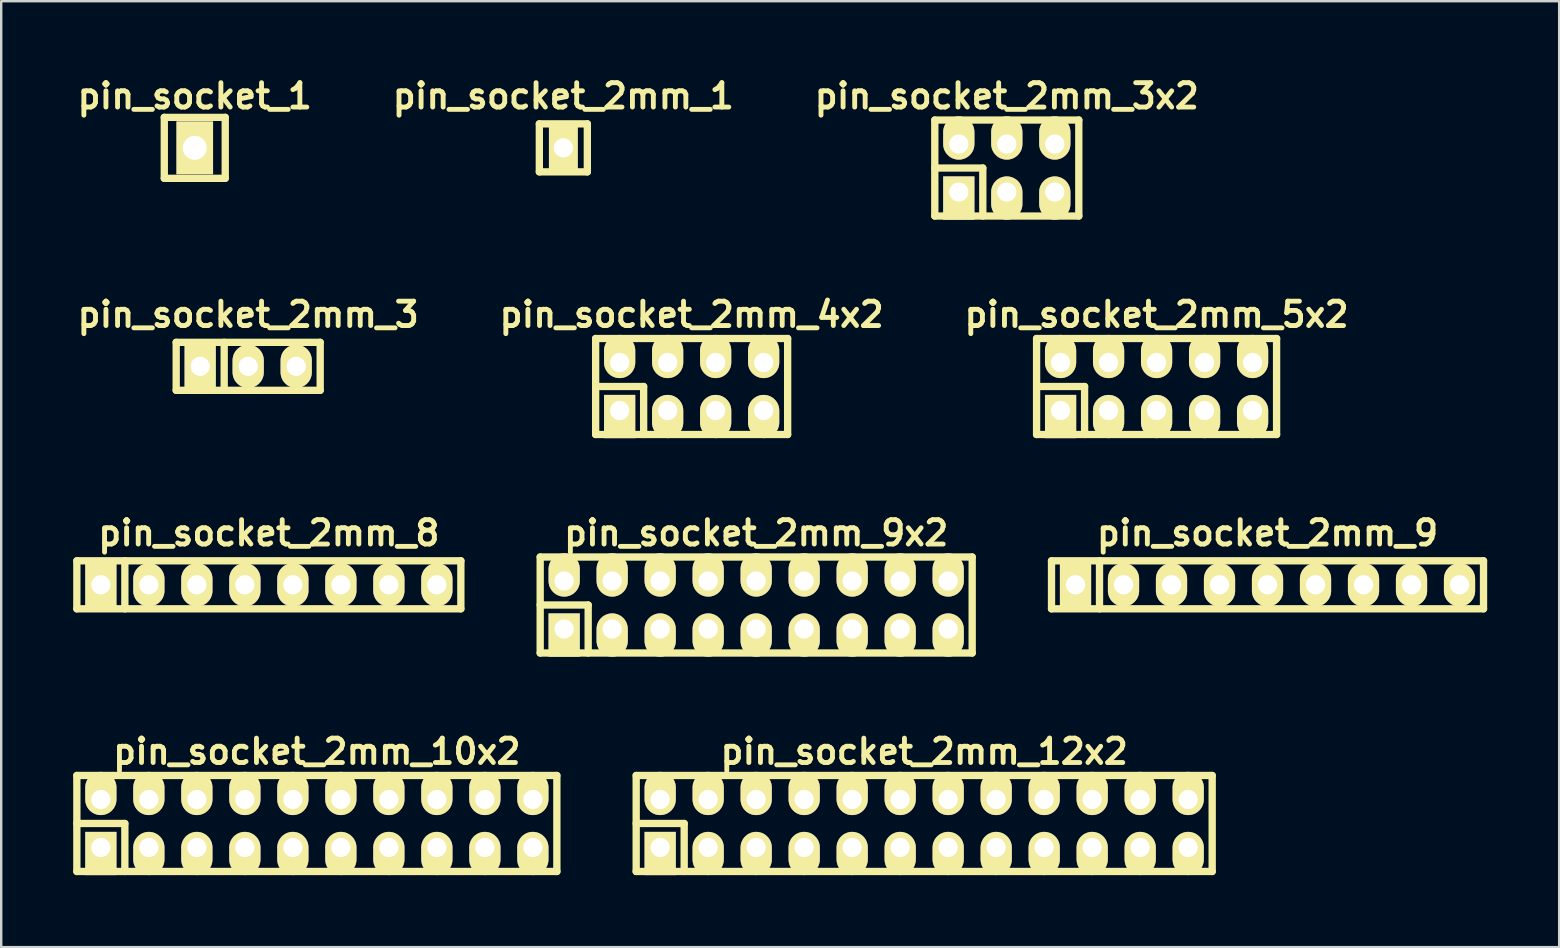
<source format=kicad_pcb>
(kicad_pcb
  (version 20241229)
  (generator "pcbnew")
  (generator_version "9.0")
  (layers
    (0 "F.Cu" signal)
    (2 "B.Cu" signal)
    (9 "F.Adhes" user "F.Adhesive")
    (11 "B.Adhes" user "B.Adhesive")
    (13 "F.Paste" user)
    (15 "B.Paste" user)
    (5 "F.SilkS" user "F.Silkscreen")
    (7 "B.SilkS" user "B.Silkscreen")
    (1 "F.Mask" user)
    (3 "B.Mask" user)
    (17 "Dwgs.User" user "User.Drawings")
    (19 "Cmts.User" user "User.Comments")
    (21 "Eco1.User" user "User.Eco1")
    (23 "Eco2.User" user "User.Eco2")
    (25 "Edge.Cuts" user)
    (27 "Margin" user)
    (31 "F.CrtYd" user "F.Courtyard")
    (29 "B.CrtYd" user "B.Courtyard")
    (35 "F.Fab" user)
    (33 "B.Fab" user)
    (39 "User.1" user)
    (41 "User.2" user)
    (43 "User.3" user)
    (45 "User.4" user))
  (footprint "pin_socket_2mm_3"
    (layer "F.Cu")
    (at 7.291 12.213)
    (property "Reference" "pin_socket_2mm_3" (at 0 -2.159 0) (layer "F.SilkS") (effects (font (size 1.016 1.016) (thickness 0.203))))
    (attr through_hole)
    (fp_line (start -3 -1) (end 3 -1) (stroke (width 0.305) (type solid)) (layer "F.SilkS"))
    (fp_line (start -3 1) (end -3 -1) (stroke (width 0.305) (type solid)) (layer "F.SilkS"))
    (fp_line (start -1 -1) (end -1 1) (stroke (width 0.305) (type solid)) (layer "F.SilkS"))
    (fp_line (start 3 -1) (end 3 1) (stroke (width 0.305) (type solid)) (layer "F.SilkS"))
    (fp_line (start 3 1) (end -3 1) (stroke (width 0.305) (type solid)) (layer "F.SilkS"))
    (pad "1" thru_hole rect (at -2 0) (size 1.3 1.8) (drill 0.8) (layers "*.Cu" "*.Mask" "F.SilkS"))
    (pad "2" thru_hole oval (at 0 0) (size 1.3 1.8) (drill 0.8) (layers "*.Cu" "*.Mask" "F.SilkS"))
    (pad "3" thru_hole oval (at 2 0) (size 1.3 1.8) (drill 0.8) (layers "*.Cu" "*.Mask" "F.SilkS")))
  (footprint "pin_socket_2mm_8"
    (layer "F.Cu")
    (at 8.152 21.317)
    (property "Reference" "pin_socket_2mm_8" (at 0 -2.159 0) (layer "F.SilkS") (effects (font (size 1.016 1.016) (thickness 0.203))))
    (attr through_hole)
    (fp_line (start -8 -1) (end 8 -1) (stroke (width 0.305) (type solid)) (layer "F.SilkS"))
    (fp_line (start -8 1) (end -8 -1) (stroke (width 0.305) (type solid)) (layer "F.SilkS"))
    (fp_line (start -6 -1) (end -6 1) (stroke (width 0.305) (type solid)) (layer "F.SilkS"))
    (fp_line (start 8 -1) (end 8 1) (stroke (width 0.305) (type solid)) (layer "F.SilkS"))
    (fp_line (start 8 1) (end -8 1) (stroke (width 0.305) (type solid)) (layer "F.SilkS"))
    (pad "1" thru_hole rect (at -7 0) (size 1.3 1.8) (drill 0.8) (layers "*.Cu" "*.Mask" "F.SilkS"))
    (pad "2" thru_hole oval (at -5 0) (size 1.3 1.8) (drill 0.8) (layers "*.Cu" "*.Mask" "F.SilkS"))
    (pad "3" thru_hole oval (at -3 0) (size 1.3 1.8) (drill 0.8) (layers "*.Cu" "*.Mask" "F.SilkS"))
    (pad "4" thru_hole oval (at -1 0) (size 1.3 1.8) (drill 0.8) (layers "*.Cu" "*.Mask" "F.SilkS"))
    (pad "5" thru_hole oval (at 1 0) (size 1.3 1.8) (drill 0.8) (layers "*.Cu" "*.Mask" "F.SilkS"))
    (pad "6" thru_hole oval (at 3 0) (size 1.3 1.8) (drill 0.8) (layers "*.Cu" "*.Mask" "F.SilkS"))
    (pad "7" thru_hole oval (at 5 0) (size 1.3 1.8) (drill 0.8) (layers "*.Cu" "*.Mask" "F.SilkS"))
    (pad "8" thru_hole oval (at 7 0) (size 1.3 1.8) (drill 0.8) (layers "*.Cu" "*.Mask" "F.SilkS")))
  (footprint "pin_socket_2mm_3x2"
    (layer "F.Cu")
    (at 38.899 3.951)
    (property "Reference" "pin_socket_2mm_3x2" (at 0 -3 0) (layer "F.SilkS") (effects (font (size 1.016 1.016) (thickness 0.203))))
    (attr through_hole)
    (fp_line (start -3 -2) (end 3 -2) (stroke (width 0.305) (type solid)) (layer "F.SilkS"))
    (fp_line (start -3 0) (end -1 0) (stroke (width 0.305) (type solid)) (layer "F.SilkS"))
    (fp_line (start -3 2) (end -3 -2) (stroke (width 0.305) (type solid)) (layer "F.SilkS"))
    (fp_line (start -1 0) (end -1 2) (stroke (width 0.305) (type solid)) (layer "F.SilkS"))
    (fp_line (start 3 -2) (end 3 2) (stroke (width 0.305) (type solid)) (layer "F.SilkS"))
    (fp_line (start 3 2) (end -3 2) (stroke (width 0.305) (type solid)) (layer "F.SilkS"))
    (pad "1" thru_hole rect (at -2 1) (size 1.3 1.8) (drill 0.8 (offset 0 0.25)) (layers "*.Cu" "*.Mask" "F.SilkS"))
    (pad "2" thru_hole oval (at -2 -1) (size 1.3 1.8) (drill 0.8 (offset 0 -0.25)) (layers "*.Cu" "*.Mask" "F.SilkS"))
    (pad "3" thru_hole oval (at 0 1) (size 1.3 1.8) (drill 0.8 (offset 0 0.25)) (layers "*.Cu" "*.Mask" "F.SilkS"))
    (pad "4" thru_hole oval (at 0 -1) (size 1.3 1.8) (drill 0.8 (offset 0 -0.25)) (layers "*.Cu" "*.Mask" "F.SilkS"))
    (pad "5" thru_hole oval (at 2 1) (size 1.3 1.8) (drill 0.8 (offset 0 0.25)) (layers "*.Cu" "*.Mask" "F.SilkS"))
    (pad "6" thru_hole oval (at 2 -1) (size 1.3 1.8) (drill 0.8 (offset 0 -0.25)) (layers "*.Cu" "*.Mask" "F.SilkS")))
  (footprint "pin_socket_2mm_9x2"
    (layer "F.Cu")
    (at 28.457 22.158)
    (property "Reference" "pin_socket_2mm_9x2" (at 0 -3 0) (layer "F.SilkS") (effects (font (size 1.016 1.016) (thickness 0.203))))
    (attr through_hole)
    (fp_line (start -9 -2) (end 9 -2) (stroke (width 0.305) (type solid)) (layer "F.SilkS"))
    (fp_line (start -9 0) (end -7 0) (stroke (width 0.305) (type solid)) (layer "F.SilkS"))
    (fp_line (start -9 2) (end -9 -2) (stroke (width 0.305) (type solid)) (layer "F.SilkS"))
    (fp_line (start -7 0) (end -7 2) (stroke (width 0.305) (type solid)) (layer "F.SilkS"))
    (fp_line (start 9 -2) (end 9 2) (stroke (width 0.305) (type solid)) (layer "F.SilkS"))
    (fp_line (start 9 2) (end -9 2) (stroke (width 0.305) (type solid)) (layer "F.SilkS"))
    (pad "1" thru_hole rect (at -8 1) (size 1.3 1.8) (drill 0.8 (offset 0 0.25)) (layers "*.Cu" "*.Mask" "F.SilkS"))
    (pad "2" thru_hole oval (at -8 -1) (size 1.3 1.8) (drill 0.8 (offset 0 -0.25)) (layers "*.Cu" "*.Mask" "F.SilkS"))
    (pad "3" thru_hole oval (at -6 1) (size 1.3 1.8) (drill 0.8 (offset 0 0.25)) (layers "*.Cu" "*.Mask" "F.SilkS"))
    (pad "4" thru_hole oval (at -6 -1) (size 1.3 1.8) (drill 0.8 (offset 0 -0.25)) (layers "*.Cu" "*.Mask" "F.SilkS"))
    (pad "5" thru_hole oval (at -4 1) (size 1.3 1.8) (drill 0.8 (offset 0 0.25)) (layers "*.Cu" "*.Mask" "F.SilkS"))
    (pad "6" thru_hole oval (at -4 -1) (size 1.3 1.8) (drill 0.8 (offset 0 -0.25)) (layers "*.Cu" "*.Mask" "F.SilkS"))
    (pad "7" thru_hole oval (at -2 1) (size 1.3 1.8) (drill 0.8 (offset 0 0.25)) (layers "*.Cu" "*.Mask" "F.SilkS"))
    (pad "8" thru_hole oval (at -2 -1) (size 1.3 1.8) (drill 0.8 (offset 0 -0.25)) (layers "*.Cu" "*.Mask" "F.SilkS"))
    (pad "9" thru_hole oval (at 0 1) (size 1.3 1.8) (drill 0.8 (offset 0 0.25)) (layers "*.Cu" "*.Mask" "F.SilkS"))
    (pad "10" thru_hole oval (at 0 -1) (size 1.3 1.8) (drill 0.8 (offset 0 -0.25)) (layers "*.Cu" "*.Mask" "F.SilkS"))
    (pad "11" thru_hole oval (at 2 1) (size 1.3 1.8) (drill 0.8 (offset 0 0.25)) (layers "*.Cu" "*.Mask" "F.SilkS"))
    (pad "12" thru_hole oval (at 2 -1) (size 1.3 1.8) (drill 0.8 (offset 0 -0.25)) (layers "*.Cu" "*.Mask" "F.SilkS"))
    (pad "13" thru_hole oval (at 4 1) (size 1.3 1.8) (drill 0.8 (offset 0 0.25)) (layers "*.Cu" "*.Mask" "F.SilkS"))
    (pad "14" thru_hole oval (at 4 -1) (size 1.3 1.8) (drill 0.8 (offset 0 -0.25)) (layers "*.Cu" "*.Mask" "F.SilkS"))
    (pad "15" thru_hole oval (at 6 1) (size 1.3 1.8) (drill 0.8 (offset 0 0.25)) (layers "*.Cu" "*.Mask" "F.SilkS"))
    (pad "16" thru_hole oval (at 6 -1) (size 1.3 1.8) (drill 0.8 (offset 0 -0.25)) (layers "*.Cu" "*.Mask" "F.SilkS"))
    (pad "17" thru_hole oval (at 8 1) (size 1.3 1.8) (drill 0.8 (offset 0 0.25)) (layers "*.Cu" "*.Mask" "F.SilkS"))
    (pad "18" thru_hole oval (at 8 -1) (size 1.3 1.8) (drill 0.8 (offset 0 -0.25)) (layers "*.Cu" "*.Mask" "F.SilkS")))
  (footprint "pin_socket_1"
    (layer "F.Cu")
    (at 5.065 3.11)
    (property "Reference" "pin_socket_1" (at 0 -2.159 0) (layer "F.SilkS") (effects (font (size 1.016 1.016) (thickness 0.203))))
    (attr through_hole)
    (fp_line (start -1.27 -1.27) (end 1.27 -1.27) (stroke (width 0.305) (type solid)) (layer "F.SilkS"))
    (fp_line (start -1.27 1.27) (end -1.27 -1.27) (stroke (width 0.305) (type solid)) (layer "F.SilkS"))
    (fp_line (start 1.27 -1.27) (end 1.27 1.27) (stroke (width 0.305) (type solid)) (layer "F.SilkS"))
    (fp_line (start 1.27 1.27) (end -1.27 1.27) (stroke (width 0.305) (type solid)) (layer "F.SilkS"))
    (pad "1" thru_hole rect (at 0 0) (size 1.524 2.2) (drill 1.001) (layers "*.Cu" "*.Mask" "F.SilkS")))
  (footprint "pin_socket_2mm_1"
    (layer "F.Cu")
    (at 20.422 3.11)
    (property "Reference" "pin_socket_2mm_1" (at 0 -2.159 0) (layer "F.SilkS") (effects (font (size 1.016 1.016) (thickness 0.203))))
    (attr through_hole)
    (fp_line (start -1 -1) (end 1 -1) (stroke (width 0.305) (type solid)) (layer "F.SilkS"))
    (fp_line (start -1 1) (end -1 -1) (stroke (width 0.305) (type solid)) (layer "F.SilkS"))
    (fp_line (start 1 -1) (end 1 1) (stroke (width 0.305) (type solid)) (layer "F.SilkS"))
    (fp_line (start 1 1) (end -1 1) (stroke (width 0.305) (type solid)) (layer "F.SilkS"))
    (pad "1" thru_hole rect (at 0 0) (size 1.2 1.8) (drill 0.8) (layers "*.Cu" "*.Mask" "F.SilkS")))
  (footprint "pin_socket_2mm_10x2"
    (layer "F.Cu")
    (at 10.152 31.261)
    (property "Reference" "pin_socket_2mm_10x2" (at 0 -3 0) (layer "F.SilkS") (effects (font (size 1.016 1.016) (thickness 0.203))))
    (attr through_hole)
    (fp_line (start -10 -2) (end 10 -2) (stroke (width 0.305) (type solid)) (layer "F.SilkS"))
    (fp_line (start -10 0) (end -8 0) (stroke (width 0.305) (type solid)) (layer "F.SilkS"))
    (fp_line (start -10 2) (end -10 -2) (stroke (width 0.305) (type solid)) (layer "F.SilkS"))
    (fp_line (start -8 0) (end -8 2) (stroke (width 0.305) (type solid)) (layer "F.SilkS"))
    (fp_line (start 10 -2) (end 10 2) (stroke (width 0.305) (type solid)) (layer "F.SilkS"))
    (fp_line (start 10 2) (end -10 2) (stroke (width 0.305) (type solid)) (layer "F.SilkS"))
    (pad "1" thru_hole rect (at -9 1) (size 1.3 1.8) (drill 0.8 (offset 0 0.25)) (layers "*.Cu" "*.Mask" "F.SilkS"))
    (pad "2" thru_hole oval (at -9 -1) (size 1.3 1.8) (drill 0.8 (offset 0 -0.25)) (layers "*.Cu" "*.Mask" "F.SilkS"))
    (pad "3" thru_hole oval (at -7 1) (size 1.3 1.8) (drill 0.8 (offset 0 0.25)) (layers "*.Cu" "*.Mask" "F.SilkS"))
    (pad "4" thru_hole oval (at -7 -1) (size 1.3 1.8) (drill 0.8 (offset 0 -0.25)) (layers "*.Cu" "*.Mask" "F.SilkS"))
    (pad "5" thru_hole oval (at -5 1) (size 1.3 1.8) (drill 0.8 (offset 0 0.25)) (layers "*.Cu" "*.Mask" "F.SilkS"))
    (pad "6" thru_hole oval (at -5 -1) (size 1.3 1.8) (drill 0.8 (offset 0 -0.25)) (layers "*.Cu" "*.Mask" "F.SilkS"))
    (pad "7" thru_hole oval (at -3 1) (size 1.3 1.8) (drill 0.8 (offset 0 0.25)) (layers "*.Cu" "*.Mask" "F.SilkS"))
    (pad "8" thru_hole oval (at -3 -1) (size 1.3 1.8) (drill 0.8 (offset 0 -0.25)) (layers "*.Cu" "*.Mask" "F.SilkS"))
    (pad "9" thru_hole oval (at -1 1) (size 1.3 1.8) (drill 0.8 (offset 0 0.25)) (layers "*.Cu" "*.Mask" "F.SilkS"))
    (pad "10" thru_hole oval (at -1 -1) (size 1.3 1.8) (drill 0.8 (offset 0 -0.25)) (layers "*.Cu" "*.Mask" "F.SilkS"))
    (pad "11" thru_hole oval (at 1 1) (size 1.3 1.8) (drill 0.8 (offset 0 0.25)) (layers "*.Cu" "*.Mask" "F.SilkS"))
    (pad "12" thru_hole oval (at 1 -1) (size 1.3 1.8) (drill 0.8 (offset 0 -0.25)) (layers "*.Cu" "*.Mask" "F.SilkS"))
    (pad "13" thru_hole oval (at 3 1) (size 1.3 1.8) (drill 0.8 (offset 0 0.25)) (layers "*.Cu" "*.Mask" "F.SilkS"))
    (pad "14" thru_hole oval (at 3 -1) (size 1.3 1.8) (drill 0.8 (offset 0 -0.25)) (layers "*.Cu" "*.Mask" "F.SilkS"))
    (pad "15" thru_hole oval (at 5 1) (size 1.3 1.8) (drill 0.8 (offset 0 0.25)) (layers "*.Cu" "*.Mask" "F.SilkS"))
    (pad "16" thru_hole oval (at 5 -1) (size 1.3 1.8) (drill 0.8 (offset 0 -0.25)) (layers "*.Cu" "*.Mask" "F.SilkS"))
    (pad "17" thru_hole oval (at 7 1) (size 1.3 1.8) (drill 0.8 (offset 0 0.25)) (layers "*.Cu" "*.Mask" "F.SilkS"))
    (pad "18" thru_hole oval (at 7 -1) (size 1.3 1.8) (drill 0.8 (offset 0 -0.25)) (layers "*.Cu" "*.Mask" "F.SilkS"))
    (pad "19" thru_hole oval (at 9 1) (size 1.3 1.8) (drill 0.8 (offset 0 0.25)) (layers "*.Cu" "*.Mask" "F.SilkS"))
    (pad "20" thru_hole oval (at 9 -1) (size 1.3 1.8) (drill 0.8 (offset 0 -0.25)) (layers "*.Cu" "*.Mask" "F.SilkS")))
  (footprint "pin_socket_2mm_5x2"
    (layer "F.Cu")
    (at 45.14 13.054)
    (property "Reference" "pin_socket_2mm_5x2" (at 0 -3 0) (layer "F.SilkS") (effects (font (size 1.016 1.016) (thickness 0.203))))
    (attr through_hole)
    (fp_line (start -5 -2) (end 5 -2) (stroke (width 0.305) (type solid)) (layer "F.SilkS"))
    (fp_line (start -5 0) (end -3 0) (stroke (width 0.305) (type solid)) (layer "F.SilkS"))
    (fp_line (start -5 2) (end -5 -2) (stroke (width 0.305) (type solid)) (layer "F.SilkS"))
    (fp_line (start -3 0) (end -3 2) (stroke (width 0.305) (type solid)) (layer "F.SilkS"))
    (fp_line (start 5 -2) (end 5 2) (stroke (width 0.305) (type solid)) (layer "F.SilkS"))
    (fp_line (start 5 2) (end -5 2) (stroke (width 0.305) (type solid)) (layer "F.SilkS"))
    (pad "1" thru_hole rect (at -4 1) (size 1.3 1.8) (drill 0.8 (offset 0 0.25)) (layers "*.Cu" "*.Mask" "F.SilkS"))
    (pad "2" thru_hole oval (at -4 -1) (size 1.3 1.8) (drill 0.8 (offset 0 -0.25)) (layers "*.Cu" "*.Mask" "F.SilkS"))
    (pad "3" thru_hole oval (at -2 1) (size 1.3 1.8) (drill 0.8 (offset 0 0.25)) (layers "*.Cu" "*.Mask" "F.SilkS"))
    (pad "4" thru_hole oval (at -2 -1) (size 1.3 1.8) (drill 0.8 (offset 0 -0.25)) (layers "*.Cu" "*.Mask" "F.SilkS"))
    (pad "5" thru_hole oval (at 0 1) (size 1.3 1.8) (drill 0.8 (offset 0 0.25)) (layers "*.Cu" "*.Mask" "F.SilkS"))
    (pad "6" thru_hole oval (at 0 -1) (size 1.3 1.8) (drill 0.8 (offset 0 -0.25)) (layers "*.Cu" "*.Mask" "F.SilkS"))
    (pad "7" thru_hole oval (at 2 1) (size 1.3 1.8) (drill 0.8 (offset 0 0.25)) (layers "*.Cu" "*.Mask" "F.SilkS"))
    (pad "8" thru_hole oval (at 2 -1) (size 1.3 1.8) (drill 0.8 (offset 0 -0.25)) (layers "*.Cu" "*.Mask" "F.SilkS"))
    (pad "9" thru_hole oval (at 4 1) (size 1.3 1.8) (drill 0.8 (offset 0 0.25)) (layers "*.Cu" "*.Mask" "F.SilkS"))
    (pad "10" thru_hole oval (at 4 -1) (size 1.3 1.8) (drill 0.8 (offset 0 -0.25)) (layers "*.Cu" "*.Mask" "F.SilkS")))
  (footprint "pin_socket_2mm_12x2"
    (layer "F.Cu")
    (at 35.457 31.261)
    (property "Reference" "pin_socket_2mm_12x2" (at 0 -3 0) (layer "F.SilkS") (effects (font (size 1.016 1.016) (thickness 0.203))))
    (attr through_hole)
    (fp_line (start -12 -2) (end 12 -2) (stroke (width 0.305) (type solid)) (layer "F.SilkS"))
    (fp_line (start -12 0) (end -10 0) (stroke (width 0.305) (type solid)) (layer "F.SilkS"))
    (fp_line (start -12 2) (end -12 -2) (stroke (width 0.305) (type solid)) (layer "F.SilkS"))
    (fp_line (start -10 0) (end -10 2) (stroke (width 0.305) (type solid)) (layer "F.SilkS"))
    (fp_line (start 12 -2) (end 12 2) (stroke (width 0.305) (type solid)) (layer "F.SilkS"))
    (fp_line (start 12 2) (end -12 2) (stroke (width 0.305) (type solid)) (layer "F.SilkS"))
    (pad "1" thru_hole rect (at -11 1) (size 1.3 1.8) (drill 0.8 (offset 0 0.25)) (layers "*.Cu" "*.Mask" "F.SilkS"))
    (pad "2" thru_hole oval (at -11 -1) (size 1.3 1.8) (drill 0.8 (offset 0 -0.25)) (layers "*.Cu" "*.Mask" "F.SilkS"))
    (pad "3" thru_hole oval (at -9 1) (size 1.3 1.8) (drill 0.8 (offset 0 0.25)) (layers "*.Cu" "*.Mask" "F.SilkS"))
    (pad "4" thru_hole oval (at -9 -1) (size 1.3 1.8) (drill 0.8 (offset 0 -0.25)) (layers "*.Cu" "*.Mask" "F.SilkS"))
    (pad "5" thru_hole oval (at -7 1) (size 1.3 1.8) (drill 0.8 (offset 0 0.25)) (layers "*.Cu" "*.Mask" "F.SilkS"))
    (pad "6" thru_hole oval (at -7 -1) (size 1.3 1.8) (drill 0.8 (offset 0 -0.25)) (layers "*.Cu" "*.Mask" "F.SilkS"))
    (pad "7" thru_hole oval (at -5 1) (size 1.3 1.8) (drill 0.8 (offset 0 0.25)) (layers "*.Cu" "*.Mask" "F.SilkS"))
    (pad "8" thru_hole oval (at -5 -1) (size 1.3 1.8) (drill 0.8 (offset 0 -0.25)) (layers "*.Cu" "*.Mask" "F.SilkS"))
    (pad "9" thru_hole oval (at -3 1) (size 1.3 1.8) (drill 0.8 (offset 0 0.25)) (layers "*.Cu" "*.Mask" "F.SilkS"))
    (pad "10" thru_hole oval (at -3 -1) (size 1.3 1.8) (drill 0.8 (offset 0 -0.25)) (layers "*.Cu" "*.Mask" "F.SilkS"))
    (pad "11" thru_hole oval (at -1 1) (size 1.3 1.8) (drill 0.8 (offset 0 0.25)) (layers "*.Cu" "*.Mask" "F.SilkS"))
    (pad "12" thru_hole oval (at -1 -1) (size 1.3 1.8) (drill 0.8 (offset 0 -0.25)) (layers "*.Cu" "*.Mask" "F.SilkS"))
    (pad "13" thru_hole oval (at 1 1) (size 1.3 1.8) (drill 0.8 (offset 0 0.25)) (layers "*.Cu" "*.Mask" "F.SilkS"))
    (pad "14" thru_hole oval (at 1 -1) (size 1.3 1.8) (drill 0.8 (offset 0 -0.25)) (layers "*.Cu" "*.Mask" "F.SilkS"))
    (pad "15" thru_hole oval (at 3 1) (size 1.3 1.8) (drill 0.8 (offset 0 0.25)) (layers "*.Cu" "*.Mask" "F.SilkS"))
    (pad "16" thru_hole oval (at 3 -1) (size 1.3 1.8) (drill 0.8 (offset 0 -0.25)) (layers "*.Cu" "*.Mask" "F.SilkS"))
    (pad "17" thru_hole oval (at 5 1) (size 1.3 1.8) (drill 0.8 (offset 0 0.25)) (layers "*.Cu" "*.Mask" "F.SilkS"))
    (pad "18" thru_hole oval (at 5 -1) (size 1.3 1.8) (drill 0.8 (offset 0 -0.25)) (layers "*.Cu" "*.Mask" "F.SilkS"))
    (pad "19" thru_hole oval (at 7 1) (size 1.3 1.8) (drill 0.8 (offset 0 0.25)) (layers "*.Cu" "*.Mask" "F.SilkS"))
    (pad "20" thru_hole oval (at 7 -1) (size 1.3 1.8) (drill 0.8 (offset 0 -0.25)) (layers "*.Cu" "*.Mask" "F.SilkS"))
    (pad "21" thru_hole oval (at 9 1) (size 1.3 1.8) (drill 0.8 (offset 0 0.25)) (layers "*.Cu" "*.Mask" "F.SilkS"))
    (pad "22" thru_hole oval (at 9 -1) (size 1.3 1.8) (drill 0.8 (offset 0 -0.25)) (layers "*.Cu" "*.Mask" "F.SilkS"))
    (pad "23" thru_hole oval (at 11 1) (size 1.3 1.8) (drill 0.8 (offset 0 0.25)) (layers "*.Cu" "*.Mask" "F.SilkS"))
    (pad "24" thru_hole oval (at 11 -1) (size 1.3 1.8) (drill 0.8 (offset 0 -0.25)) (layers "*.Cu" "*.Mask" "F.SilkS")))
  (footprint "pin_socket_2mm_4x2"
    (layer "F.Cu")
    (at 25.768 13.054)
    (property "Reference" "pin_socket_2mm_4x2" (at 0 -3 0) (layer "F.SilkS") (effects (font (size 1.016 1.016) (thickness 0.203))))
    (attr through_hole)
    (fp_line (start -4 -2) (end 4 -2) (stroke (width 0.305) (type solid)) (layer "F.SilkS"))
    (fp_line (start -4 0) (end -2 0) (stroke (width 0.305) (type solid)) (layer "F.SilkS"))
    (fp_line (start -4 2) (end -4 -2) (stroke (width 0.305) (type solid)) (layer "F.SilkS"))
    (fp_line (start -2 0) (end -2 2) (stroke (width 0.305) (type solid)) (layer "F.SilkS"))
    (fp_line (start 4 -2) (end 4 2) (stroke (width 0.305) (type solid)) (layer "F.SilkS"))
    (fp_line (start 4 2) (end -4 2) (stroke (width 0.305) (type solid)) (layer "F.SilkS"))
    (pad "1" thru_hole rect (at -3 1) (size 1.3 1.8) (drill 0.8 (offset 0 0.25)) (layers "*.Cu" "*.Mask" "F.SilkS"))
    (pad "2" thru_hole oval (at -3 -1) (size 1.3 1.8) (drill 0.8 (offset 0 -0.25)) (layers "*.Cu" "*.Mask" "F.SilkS"))
    (pad "3" thru_hole oval (at -1 1) (size 1.3 1.8) (drill 0.8 (offset 0 0.25)) (layers "*.Cu" "*.Mask" "F.SilkS"))
    (pad "4" thru_hole oval (at -1 -1) (size 1.3 1.8) (drill 0.8 (offset 0 -0.25)) (layers "*.Cu" "*.Mask" "F.SilkS"))
    (pad "5" thru_hole oval (at 1 1) (size 1.3 1.8) (drill 0.8 (offset 0 0.25)) (layers "*.Cu" "*.Mask" "F.SilkS"))
    (pad "6" thru_hole oval (at 1 -1) (size 1.3 1.8) (drill 0.8 (offset 0 -0.25)) (layers "*.Cu" "*.Mask" "F.SilkS"))
    (pad "7" thru_hole oval (at 3 1) (size 1.3 1.8) (drill 0.8 (offset 0 0.25)) (layers "*.Cu" "*.Mask" "F.SilkS"))
    (pad "8" thru_hole oval (at 3 -1) (size 1.3 1.8) (drill 0.8 (offset 0 -0.25)) (layers "*.Cu" "*.Mask" "F.SilkS")))
  (footprint "pin_socket_2mm_9"
    (layer "F.Cu")
    (at 49.762 21.317)
    (property "Reference" "pin_socket_2mm_9" (at 0 -2.159 0) (layer "F.SilkS") (effects (font (size 1.016 1.016) (thickness 0.203))))
    (attr through_hole)
    (fp_line (start -9 -1) (end 9 -1) (stroke (width 0.305) (type solid)) (layer "F.SilkS"))
    (fp_line (start -9 1) (end -9 -1) (stroke (width 0.305) (type solid)) (layer "F.SilkS"))
    (fp_line (start -7 -1) (end -7 1) (stroke (width 0.305) (type solid)) (layer "F.SilkS"))
    (fp_line (start 9 -1) (end 9 1) (stroke (width 0.305) (type solid)) (layer "F.SilkS"))
    (fp_line (start 9 1) (end -9 1) (stroke (width 0.305) (type solid)) (layer "F.SilkS"))
    (pad "1" thru_hole rect (at -8 0) (size 1.3 1.8) (drill 0.8) (layers "*.Cu" "*.Mask" "F.SilkS"))
    (pad "2" thru_hole oval (at -6 0) (size 1.3 1.8) (drill 0.8) (layers "*.Cu" "*.Mask" "F.SilkS"))
    (pad "3" thru_hole oval (at -4 0) (size 1.3 1.8) (drill 0.8) (layers "*.Cu" "*.Mask" "F.SilkS"))
    (pad "4" thru_hole oval (at -2 0) (size 1.3 1.8) (drill 0.8) (layers "*.Cu" "*.Mask" "F.SilkS"))
    (pad "5" thru_hole oval (at 0 0) (size 1.3 1.8) (drill 0.8) (layers "*.Cu" "*.Mask" "F.SilkS"))
    (pad "6" thru_hole oval (at 2 0) (size 1.3 1.8) (drill 0.8) (layers "*.Cu" "*.Mask" "F.SilkS"))
    (pad "7" thru_hole oval (at 4 0) (size 1.3 1.8) (drill 0.8) (layers "*.Cu" "*.Mask" "F.SilkS"))
    (pad "8" thru_hole oval (at 6 0) (size 1.3 1.8) (drill 0.8) (layers "*.Cu" "*.Mask" "F.SilkS"))
    (pad "9" thru_hole oval (at 8 0) (size 1.3 1.8) (drill 0.8) (layers "*.Cu" "*.Mask" "F.SilkS")))
  (gr_rect
    (start -3 -3)
    (end 61.914 36.414)
    (stroke (width 0.1) (type default))
    (fill no)
    (layer "Edge.Cuts")))
</source>
